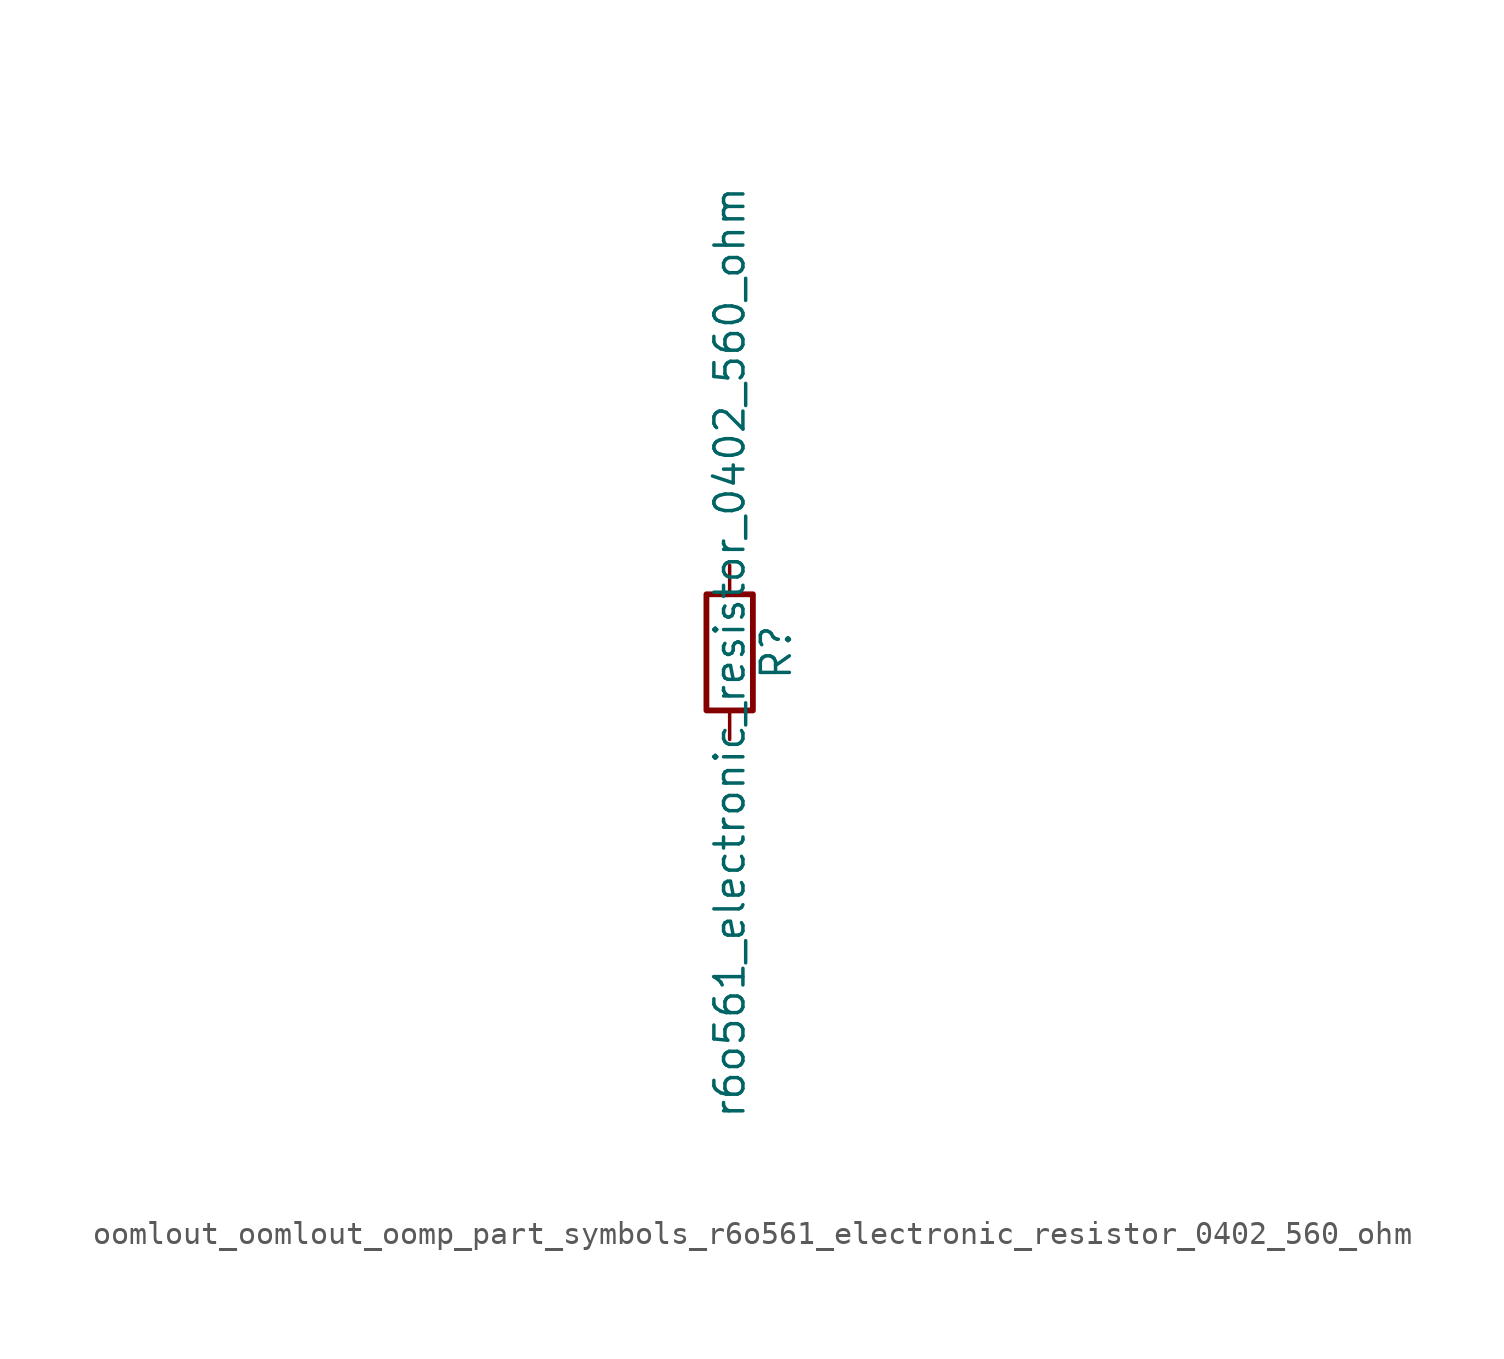
<source format=kicad_sym>
(kicad_symbol_lib
  (version 20220914)
  (generator kicad_symbol_editor)
  (symbol "oomlout_oomlout_oomp_part_symbols_r6o561_electronic_resistor_0402_560_ohm"
    (pin_numbers hide)
    (pin_names
      (offset 0))
    (property "Reference" "R"
      (at 2.032 0 90)
      (effects (font (size 1.27 1.27))))
    (property "Value" "r6o561_electronic_resistor_0402_560_ohm"
      (at 0 0 90)
      (effects (font (size 1.27 1.27))))
    (symbol "oomlout_oomlout_oomp_part_symbols_r6o561_electronic_resistor_0402_560_ohm_0_1"
      (rectangle (start -1.016 -2.54) (end 1.016 2.54) (stroke (width 0.254) (type default)) (fill (type none))))
    (symbol "oomlout_oomlout_oomp_part_symbols_r6o561_electronic_resistor_0402_560_ohm_1_1"
      (pin passive line (at 0 3.81 270) (length 1.27) (name "~" (effects (font (size 1.27 1.27)))) (number "1" (effects (font (size 1.27 1.27)))))
      (pin passive line (at 0 -3.81 90) (length 1.27) (name "~" (effects (font (size 1.27 1.27)))) (number "2" (effects (font (size 1.27 1.27))))))))
</source>
